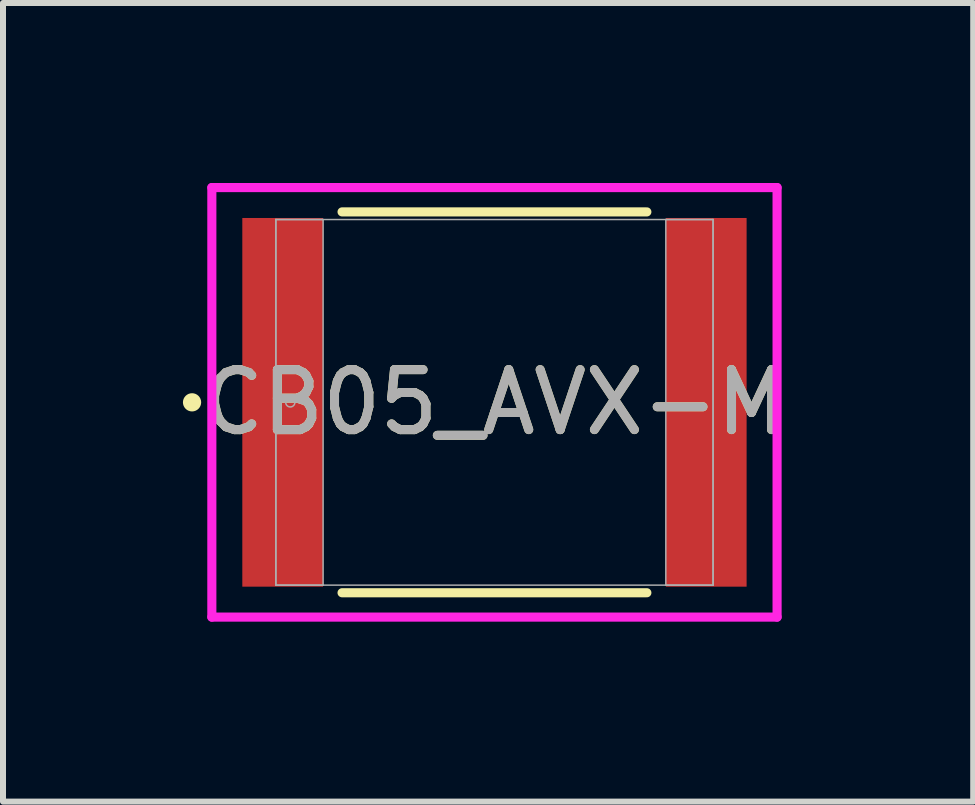
<source format=kicad_pcb>
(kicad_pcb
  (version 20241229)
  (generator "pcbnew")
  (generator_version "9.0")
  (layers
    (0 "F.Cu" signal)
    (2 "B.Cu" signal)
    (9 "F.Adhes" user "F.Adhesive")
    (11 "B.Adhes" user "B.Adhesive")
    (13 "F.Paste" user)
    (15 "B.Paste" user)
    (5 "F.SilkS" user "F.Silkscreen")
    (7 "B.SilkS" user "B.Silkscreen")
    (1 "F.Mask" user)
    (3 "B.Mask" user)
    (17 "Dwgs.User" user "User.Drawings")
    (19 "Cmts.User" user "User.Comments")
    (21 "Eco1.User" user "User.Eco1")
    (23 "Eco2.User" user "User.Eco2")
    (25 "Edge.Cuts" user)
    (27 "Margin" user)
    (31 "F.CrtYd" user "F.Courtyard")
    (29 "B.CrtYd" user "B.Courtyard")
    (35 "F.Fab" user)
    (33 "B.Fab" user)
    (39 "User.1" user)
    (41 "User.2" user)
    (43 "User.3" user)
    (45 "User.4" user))
  (footprint "CB05_AVX-M"
    (layer "F.Cu")
    (at 5.194 3.658)
    (property "Reference" "CB05_AVX-M" (at 0 0 0) (unlocked yes) (layer "F.SilkS") (effects (font (size 1 1) (thickness 0.15))))
    (attr smd)
    (fp_line (start -2.541 3.175) (end 2.541 3.175) (stroke (width 0.152) (type solid)) (layer "F.SilkS"))
    (fp_line (start 2.541 -3.175) (end -2.541 -3.175) (stroke (width 0.152) (type solid)) (layer "F.SilkS"))
    (fp_circle (center -5.042 0) (end -4.966 0) (stroke (width 0.152) (type solid)) (fill no) (layer "F.SilkS"))
    (fp_line (start -4.712 -3.581) (end 4.712 -3.581) (stroke (width 0.152) (type solid)) (layer "F.CrtYd"))
    (fp_line (start -4.712 3.581) (end -4.712 -3.581) (stroke (width 0.152) (type solid)) (layer "F.CrtYd"))
    (fp_line (start 4.712 -3.581) (end 4.712 3.581) (stroke (width 0.152) (type solid)) (layer "F.CrtYd"))
    (fp_line (start 4.712 3.581) (end -4.712 3.581) (stroke (width 0.152) (type solid)) (layer "F.CrtYd"))
    (fp_line (start -3.645 -3.048) (end -3.645 3.048) (stroke (width 0.025) (type solid)) (layer "F.Fab"))
    (fp_line (start -3.645 -3.048) (end -3.645 3.048) (stroke (width 0.025) (type solid)) (layer "F.Fab"))
    (fp_line (start -3.645 3.048) (end -2.857 3.048) (stroke (width 0.025) (type solid)) (layer "F.Fab"))
    (fp_line (start -3.645 3.048) (end 3.645 3.048) (stroke (width 0.025) (type solid)) (layer "F.Fab"))
    (fp_line (start -2.857 -3.048) (end -3.645 -3.048) (stroke (width 0.025) (type solid)) (layer "F.Fab"))
    (fp_line (start -2.857 3.048) (end -2.857 -3.048) (stroke (width 0.025) (type solid)) (layer "F.Fab"))
    (fp_line (start 2.857 -3.048) (end 2.857 3.048) (stroke (width 0.025) (type solid)) (layer "F.Fab"))
    (fp_line (start 2.857 3.048) (end 3.645 3.048) (stroke (width 0.025) (type solid)) (layer "F.Fab"))
    (fp_line (start 3.645 -3.048) (end -3.645 -3.048) (stroke (width 0.025) (type solid)) (layer "F.Fab"))
    (fp_line (start 3.645 -3.048) (end 2.857 -3.048) (stroke (width 0.025) (type solid)) (layer "F.Fab"))
    (fp_line (start 3.645 3.048) (end 3.645 -3.048) (stroke (width 0.025) (type solid)) (layer "F.Fab"))
    (fp_line (start 3.645 3.048) (end 3.645 -3.048) (stroke (width 0.025) (type solid)) (layer "F.Fab"))
    (fp_circle (center -3.404 0) (end -3.327 0) (stroke (width 0.025) (type solid)) (fill no) (layer "F.Fab"))
    (fp_text user "${REFERENCE}" (at 0 0 0) (unlocked yes) (layer "F.Fab") (effects (font (size 1 1) (thickness 0.15))))
    (pad "1" smd rect (at -3.531 0) (size 1.346 6.147) (layers "F.Cu" "F.Mask" "F.Paste"))
    (pad "2" smd rect (at 3.531 0) (size 1.346 6.147) (layers "F.Cu" "F.Mask" "F.Paste"))
    (zone (net_name "") (layer "F.Cu") (hatch full 0.508) (connect_pads) (min_thickness 0.254) (filled_areas_thickness no) (keepout (tracks not_allowed) (vias not_allowed) (pads allowed) (copperpour not_allowed) (footprints allowed)) (placement (enabled no)) (fill) (polygon (pts (xy 2.388 0.66) (xy 8.001 0.66) (xy 8.001 6.655) (xy 2.388 6.655)))))
  (gr_rect
    (start -3 -3)
    (end 13.176 10.315)
    (stroke (width 0.1) (type default))
    (fill no)
    (layer "Edge.Cuts")))
</source>
